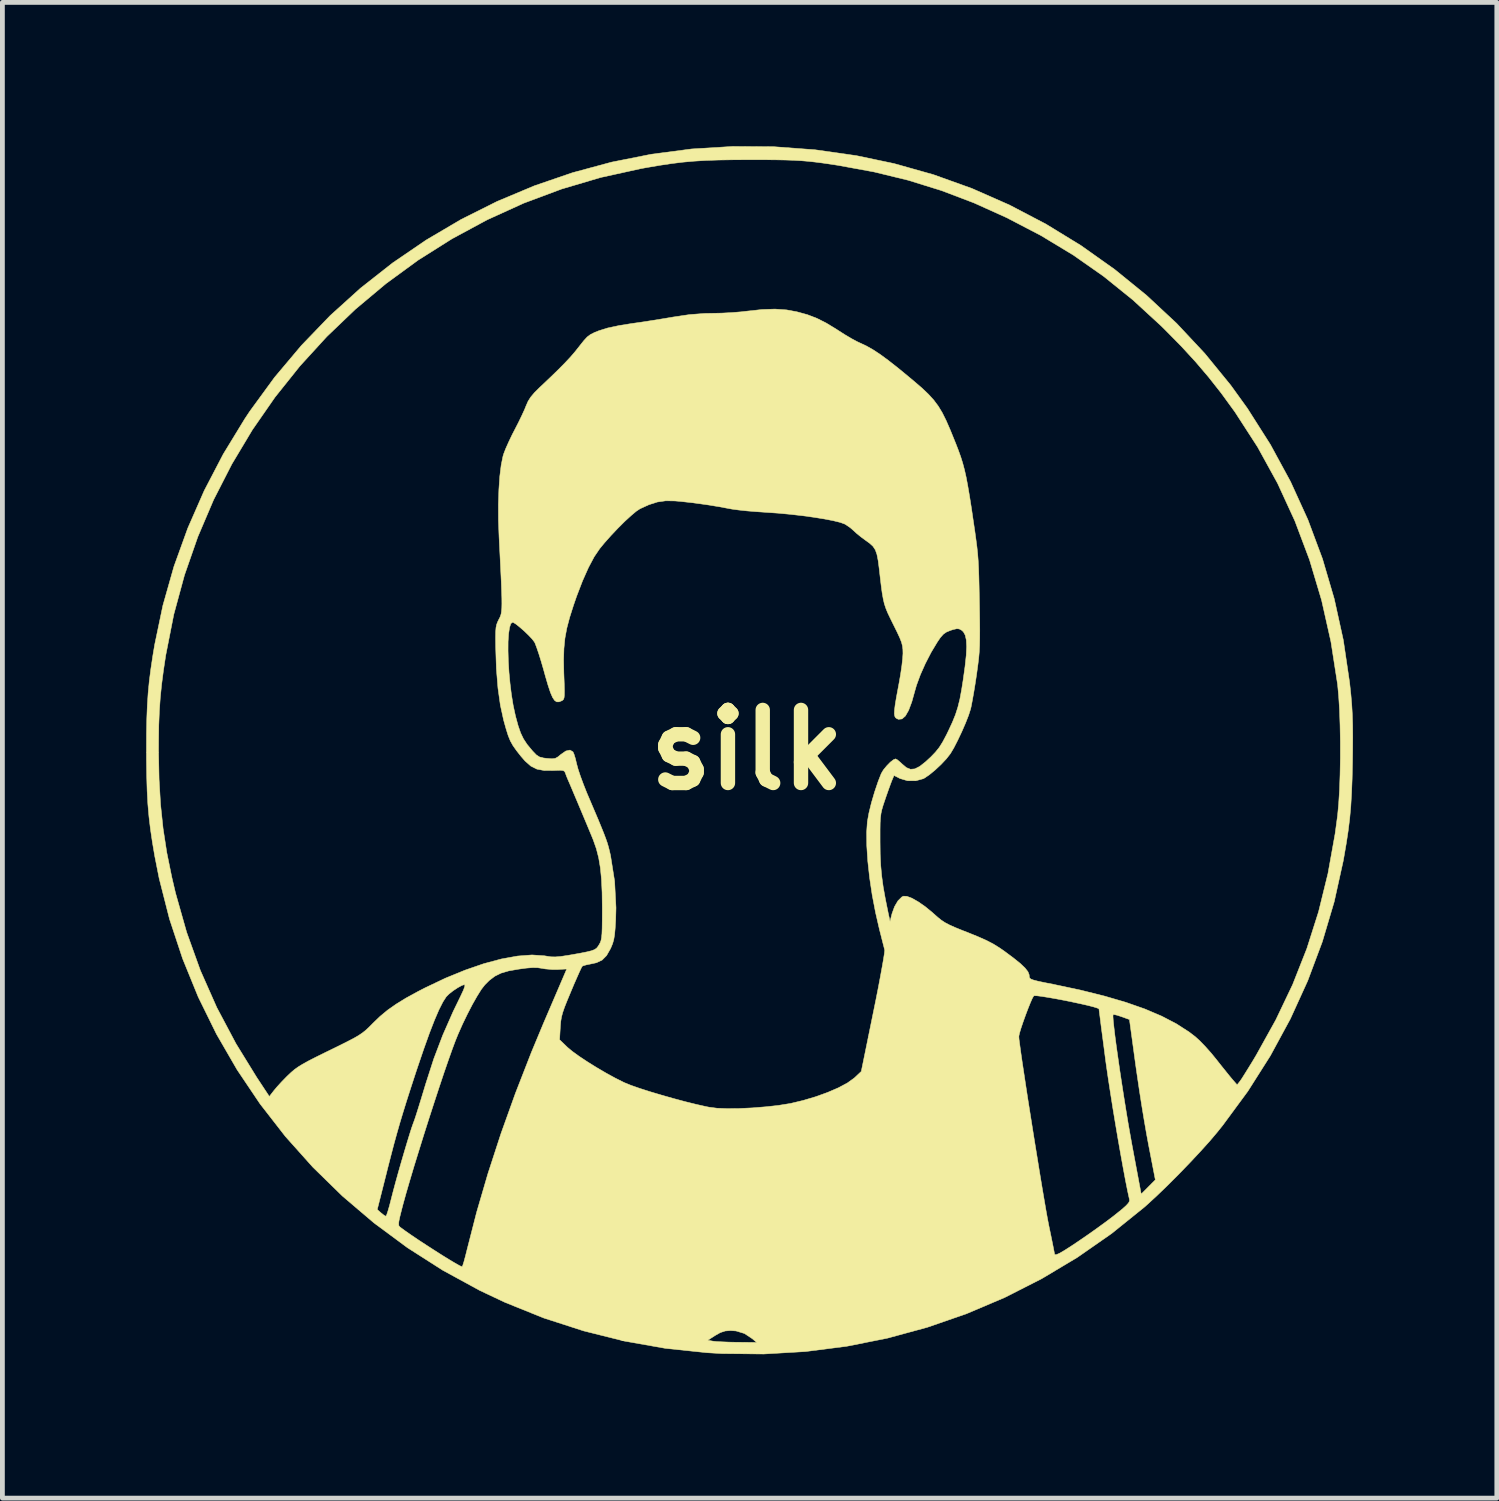
<source format=kicad_pcb>
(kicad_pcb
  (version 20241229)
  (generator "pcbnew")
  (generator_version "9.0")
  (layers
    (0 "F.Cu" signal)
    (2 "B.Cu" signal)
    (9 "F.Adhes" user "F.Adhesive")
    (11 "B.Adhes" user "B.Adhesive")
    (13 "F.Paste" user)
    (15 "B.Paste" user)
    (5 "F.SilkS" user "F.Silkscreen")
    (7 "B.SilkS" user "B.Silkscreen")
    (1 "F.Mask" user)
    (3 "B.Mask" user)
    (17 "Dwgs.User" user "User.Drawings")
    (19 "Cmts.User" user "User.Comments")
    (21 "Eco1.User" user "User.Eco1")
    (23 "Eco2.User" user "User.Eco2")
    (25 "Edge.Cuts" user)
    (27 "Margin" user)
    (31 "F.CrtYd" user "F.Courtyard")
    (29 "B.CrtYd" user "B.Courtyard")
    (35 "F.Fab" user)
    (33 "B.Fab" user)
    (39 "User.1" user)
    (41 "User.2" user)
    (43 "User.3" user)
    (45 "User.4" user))
  (footprint "silk"
    (layer "F.Cu")
    (at 12.533 12.593)
    (property "Reference" "silk" (at 0 0 0) (layer "F.SilkS") (effects (font (size 1.524 1.524) (thickness 0.3))))
    (attr through_hole)
    (fp_poly (pts (xy 0.555 -12.583) (xy 1.418 -12.519) (xy 2.282 -12.396) (xy 3.067 -12.231) (xy 3.887 -12) (xy 4.69 -11.712) (xy 5.473 -11.367) (xy 6.232 -10.97) (xy 6.964 -10.522) (xy 7.665 -10.025) (xy 8.332 -9.483) (xy 8.96 -8.898) (xy 9.547 -8.271) (xy 10.089 -7.607) (xy 10.437 -7.124) (xy 10.916 -6.37) (xy 11.336 -5.597) (xy 11.698 -4.803) (xy 12.002 -3.988) (xy 12.248 -3.151) (xy 12.437 -2.292) (xy 12.568 -1.408) (xy 12.596 -1.146) (xy 12.613 -0.944) (xy 12.625 -0.738) (xy 12.632 -0.516) (xy 12.634 -0.266) (xy 12.632 0.025) (xy 12.629 0.248) (xy 12.621 0.6) (xy 12.609 0.904) (xy 12.593 1.177) (xy 12.57 1.431) (xy 12.539 1.683) (xy 12.499 1.947) (xy 12.449 2.238) (xy 12.435 2.316) (xy 12.247 3.166) (xy 11.999 4.001) (xy 11.694 4.816) (xy 11.332 5.61) (xy 10.915 6.379) (xy 10.445 7.12) (xy 9.922 7.83) (xy 9.805 7.976) (xy 9.645 8.165) (xy 9.449 8.382) (xy 9.229 8.617) (xy 8.998 8.856) (xy 8.766 9.088) (xy 8.544 9.302) (xy 8.345 9.485) (xy 8.285 9.538) (xy 7.604 10.087) (xy 6.889 10.585) (xy 6.144 11.03) (xy 5.373 11.422) (xy 4.577 11.76) (xy 3.76 12.043) (xy 2.926 12.27) (xy 2.077 12.439) (xy 1.216 12.549) (xy 0.347 12.6) (xy -0.527 12.591) (xy -0.836 12.573) (xy -1.703 12.482) (xy -2.562 12.33) (xy -2.629 12.313) (xy -0.82 12.313) (xy -0.712 12.332) (xy -0.64 12.34) (xy -0.522 12.346) (xy -0.374 12.352) (xy -0.212 12.355) (xy -0.201 12.355) (xy 0.201 12.359) (xy 0.108 12.28) (xy -0.055 12.172) (xy -0.231 12.119) (xy -0.345 12.111) (xy -0.46 12.12) (xy -0.56 12.154) (xy -0.663 12.212) (xy -0.82 12.313) (xy -2.629 12.313) (xy -3.409 12.118) (xy -4.239 11.85) (xy -5.047 11.524) (xy -5.575 11.275) (xy -6.348 10.853) (xy -7.085 10.382) (xy -7.752 9.888) (xy -7.269 9.888) (xy -7.263 9.924) (xy -7.244 9.948) (xy -7.229 9.96) (xy -7.132 10.031) (xy -7.004 10.12) (xy -6.855 10.221) (xy -6.693 10.327) (xy -6.527 10.434) (xy -6.367 10.536) (xy -6.22 10.627) (xy -6.096 10.701) (xy -6.003 10.754) (xy -5.95 10.778) (xy -5.944 10.779) (xy -5.93 10.751) (xy -5.906 10.674) (xy -5.875 10.56) (xy -5.84 10.42) (xy -5.839 10.416) (xy -5.641 9.643) (xy -5.405 8.836) (xy -5.134 8.004) (xy -4.831 7.159) (xy -4.5 6.31) (xy -4.246 5.7) (xy -3.761 4.569) (xy -3.94 4.579) (xy -4.074 4.579) (xy -4.214 4.567) (xy -4.274 4.556) (xy -4.369 4.542) (xy -4.475 4.54) (xy -4.61 4.551) (xy -4.763 4.572) (xy -4.97 4.608) (xy -5.131 4.655) (xy -5.261 4.719) (xy -5.377 4.807) (xy -5.47 4.9) (xy -5.543 4.994) (xy -5.631 5.135) (xy -5.731 5.311) (xy -5.834 5.51) (xy -5.936 5.721) (xy -6.03 5.933) (xy -6.084 6.066) (xy -6.15 6.243) (xy -6.231 6.471) (xy -6.324 6.74) (xy -6.424 7.04) (xy -6.53 7.363) (xy -6.639 7.7) (xy -6.747 8.04) (xy -6.851 8.375) (xy -6.95 8.695) (xy -7.038 8.991) (xy -7.115 9.255) (xy -7.176 9.476) (xy -7.206 9.591) (xy -7.242 9.734) (xy -7.262 9.829) (xy -7.269 9.888) (xy -7.752 9.888) (xy -7.783 9.865) (xy -8.11 9.587) (xy -7.714 9.587) (xy -7.634 9.657) (xy -7.575 9.704) (xy -7.535 9.726) (xy -7.533 9.726) (xy -7.518 9.698) (xy -7.492 9.621) (xy -7.459 9.507) (xy -7.423 9.367) (xy -7.422 9.362) (xy -7.382 9.207) (xy -7.332 9.021) (xy -7.275 8.815) (xy -7.214 8.602) (xy -7.152 8.39) (xy -7.093 8.192) (xy -7.04 8.019) (xy -6.996 7.88) (xy -6.963 7.787) (xy -6.957 7.771) (xy -6.935 7.711) (xy -6.899 7.602) (xy -6.852 7.453) (xy -6.797 7.275) (xy -6.737 7.077) (xy -6.704 6.968) (xy -6.535 6.443) (xy -6.347 5.948) (xy -6.131 5.457) (xy -5.974 5.134) (xy -5.914 5.005) (xy -5.886 4.924) (xy -5.892 4.894) (xy -5.894 4.894) (xy -5.952 4.913) (xy -6.037 4.96) (xy -6.132 5.023) (xy -6.218 5.091) (xy -6.275 5.148) (xy -6.345 5.257) (xy -6.427 5.419) (xy -6.52 5.635) (xy -6.626 5.908) (xy -6.744 6.238) (xy -6.876 6.626) (xy -6.913 6.737) (xy -7.016 7.053) (xy -7.103 7.324) (xy -7.177 7.563) (xy -7.243 7.782) (xy -7.304 7.996) (xy -7.365 8.217) (xy -7.428 8.458) (xy -7.499 8.734) (xy -7.529 8.855) (xy -7.714 9.587) (xy -8.11 9.587) (xy -8.442 9.304) (xy -9.058 8.702) (xy -9.631 8.061) (xy -10.158 7.383) (xy -10.637 6.671) (xy -11.068 5.926) (xy -11.448 5.153) (xy -11.774 4.353) (xy -12.047 3.528) (xy -12.263 2.68) (xy -12.355 2.215) (xy -12.405 1.92) (xy -12.445 1.65) (xy -12.476 1.39) (xy -12.499 1.128) (xy -12.514 0.851) (xy -12.523 0.544) (xy -12.528 0.195) (xy -12.528 0.046) (xy -12.276 0.046) (xy -12.265 0.612) (xy -12.234 1.137) (xy -12.181 1.641) (xy -12.104 2.141) (xy -11.999 2.656) (xy -11.922 2.984) (xy -11.69 3.803) (xy -11.404 4.598) (xy -11.061 5.372) (xy -10.66 6.128) (xy -10.229 6.828) (xy -9.965 7.228) (xy -9.871 7.107) (xy -9.804 7.027) (xy -9.71 6.924) (xy -9.606 6.817) (xy -9.577 6.789) (xy -9.508 6.724) (xy -9.44 6.666) (xy -9.363 6.611) (xy -9.27 6.554) (xy -9.151 6.488) (xy -8.997 6.409) (xy -8.799 6.311) (xy -8.708 6.267) (xy -8.496 6.163) (xy -8.331 6.08) (xy -8.204 6.014) (xy -8.105 5.957) (xy -8.027 5.904) (xy -7.959 5.851) (xy -7.893 5.79) (xy -7.82 5.717) (xy -7.806 5.702) (xy -7.655 5.557) (xy -7.497 5.426) (xy -7.32 5.302) (xy -7.114 5.175) (xy -6.867 5.04) (xy -6.718 4.963) (xy -6.293 4.761) (xy -5.882 4.593) (xy -5.491 4.458) (xy -5.125 4.36) (xy -4.788 4.299) (xy -4.486 4.276) (xy -4.224 4.294) (xy -4.182 4.301) (xy -4.092 4.315) (xy -4 4.317) (xy -3.89 4.308) (xy -3.743 4.286) (xy -3.655 4.271) (xy -3.47 4.238) (xy -3.336 4.211) (xy -3.243 4.188) (xy -3.181 4.164) (xy -3.139 4.135) (xy -3.109 4.098) (xy -3.084 4.058) (xy -3.062 4.017) (xy -3.046 3.972) (xy -3.035 3.913) (xy -3.027 3.832) (xy -3.023 3.718) (xy -3.021 3.563) (xy -3.02 3.358) (xy -3.02 3.299) (xy -3.024 2.972) (xy -3.037 2.696) (xy -3.06 2.46) (xy -3.095 2.251) (xy -3.144 2.06) (xy -3.209 1.875) (xy -3.235 1.811) (xy -3.335 1.57) (xy -3.431 1.341) (xy -3.52 1.129) (xy -3.598 0.945) (xy -3.661 0.795) (xy -3.707 0.687) (xy -3.73 0.635) (xy -3.766 0.549) (xy -3.791 0.48) (xy -3.806 0.448) (xy -3.837 0.43) (xy -3.897 0.424) (xy -4.001 0.427) (xy -4.044 0.429) (xy -4.235 0.428) (xy -4.384 0.4) (xy -4.511 0.336) (xy -4.632 0.229) (xy -4.718 0.13) (xy -4.812 0.01) (xy -4.883 -0.091) (xy -4.938 -0.189) (xy -4.983 -0.3) (xy -5.027 -0.44) (xy -5.078 -0.622) (xy -5.146 -0.934) (xy -5.196 -1.29) (xy -5.229 -1.695) (xy -5.241 -2.065) (xy -4.986 -2.065) (xy -4.98 -1.849) (xy -4.966 -1.619) (xy -4.944 -1.385) (xy -4.915 -1.152) (xy -4.879 -0.931) (xy -4.835 -0.727) (xy -4.828 -0.697) (xy -4.775 -0.504) (xy -4.723 -0.354) (xy -4.664 -0.231) (xy -4.59 -0.118) (xy -4.49 0.003) (xy -4.471 0.025) (xy -4.395 0.104) (xy -4.328 0.147) (xy -4.244 0.168) (xy -4.175 0.176) (xy -4.071 0.184) (xy -4.002 0.176) (xy -3.944 0.144) (xy -3.888 0.097) (xy -3.78 0.022) (xy -3.694 0.003) (xy -3.632 0.039) (xy -3.61 0.087) (xy -3.582 0.177) (xy -3.555 0.29) (xy -3.554 0.294) (xy -3.525 0.401) (xy -3.476 0.548) (xy -3.413 0.718) (xy -3.343 0.895) (xy -3.315 0.96) (xy -3.204 1.221) (xy -3.114 1.432) (xy -3.044 1.602) (xy -2.989 1.738) (xy -2.947 1.849) (xy -2.915 1.941) (xy -2.891 2.023) (xy -2.871 2.102) (xy -2.852 2.185) (xy -2.85 2.19) (xy -2.763 2.738) (xy -2.734 3.293) (xy -2.741 3.552) (xy -2.752 3.728) (xy -2.764 3.858) (xy -2.781 3.957) (xy -2.805 4.041) (xy -2.839 4.123) (xy -2.85 4.147) (xy -2.931 4.289) (xy -3.023 4.382) (xy -3.141 4.438) (xy -3.26 4.464) (xy -3.354 4.483) (xy -3.422 4.503) (xy -3.44 4.514) (xy -3.459 4.549) (xy -3.498 4.632) (xy -3.551 4.752) (xy -3.616 4.9) (xy -3.672 5.034) (xy -3.75 5.221) (xy -3.807 5.364) (xy -3.846 5.477) (xy -3.871 5.571) (xy -3.886 5.66) (xy -3.894 5.757) (xy -3.896 5.787) (xy -3.911 6.044) (xy -3.744 6.205) (xy -3.644 6.288) (xy -3.502 6.391) (xy -3.328 6.506) (xy -3.137 6.625) (xy -2.939 6.741) (xy -2.749 6.845) (xy -2.577 6.931) (xy -2.554 6.942) (xy -2.423 6.995) (xy -2.243 7.058) (xy -2.028 7.127) (xy -1.79 7.198) (xy -1.54 7.269) (xy -1.291 7.336) (xy -1.056 7.394) (xy -0.847 7.441) (xy -0.79 7.452) (xy -0.628 7.473) (xy -0.417 7.481) (xy -0.167 7.479) (xy 0.111 7.466) (xy 0.405 7.442) (xy 0.65 7.415) (xy 0.905 7.374) (xy 1.169 7.311) (xy 1.432 7.233) (xy 1.681 7.143) (xy 1.906 7.046) (xy 2.093 6.946) (xy 2.232 6.846) (xy 2.245 6.835) (xy 2.382 6.706) (xy 2.531 5.977) (xy 5.669 5.977) (xy 5.673 6.035) (xy 5.688 6.148) (xy 5.71 6.309) (xy 5.739 6.51) (xy 5.775 6.747) (xy 5.815 7.012) (xy 5.859 7.298) (xy 5.907 7.6) (xy 5.956 7.91) (xy 6.006 8.222) (xy 6.056 8.529) (xy 6.104 8.825) (xy 6.15 9.103) (xy 6.193 9.356) (xy 6.231 9.579) (xy 6.264 9.764) (xy 6.291 9.904) (xy 6.302 9.958) (xy 6.338 10.131) (xy 6.369 10.283) (xy 6.393 10.403) (xy 6.408 10.482) (xy 6.412 10.508) (xy 6.422 10.528) (xy 6.457 10.525) (xy 6.521 10.497) (xy 6.619 10.44) (xy 6.757 10.352) (xy 6.939 10.23) (xy 6.946 10.225) (xy 7.122 10.104) (xy 7.308 9.972) (xy 7.485 9.843) (xy 7.636 9.729) (xy 7.695 9.682) (xy 7.823 9.579) (xy 7.907 9.504) (xy 7.956 9.45) (xy 7.977 9.409) (xy 7.976 9.377) (xy 7.939 9.208) (xy 7.895 8.988) (xy 7.846 8.726) (xy 7.793 8.433) (xy 7.738 8.119) (xy 7.683 7.794) (xy 7.629 7.468) (xy 7.579 7.15) (xy 7.533 6.852) (xy 7.494 6.582) (xy 7.479 6.475) (xy 7.447 6.227) (xy 7.417 5.999) (xy 7.39 5.797) (xy 7.369 5.629) (xy 7.36 5.557) (xy 7.632 5.557) (xy 7.638 5.648) (xy 7.653 5.787) (xy 7.674 5.966) (xy 7.702 6.178) (xy 7.736 6.417) (xy 7.773 6.676) (xy 7.814 6.946) (xy 7.857 7.223) (xy 7.901 7.498) (xy 7.945 7.765) (xy 7.989 8.016) (xy 8.028 8.233) (xy 8.221 9.264) (xy 8.368 9.116) (xy 8.516 8.967) (xy 8.375 8.24) (xy 8.332 8.007) (xy 8.284 7.73) (xy 8.234 7.427) (xy 8.185 7.114) (xy 8.14 6.81) (xy 8.105 6.567) (xy 7.976 5.623) (xy 7.812 5.564) (xy 7.721 5.534) (xy 7.656 5.519) (xy 7.635 5.519) (xy 7.632 5.557) (xy 7.36 5.557) (xy 7.353 5.503) (xy 7.343 5.425) (xy 7.341 5.403) (xy 7.312 5.386) (xy 7.233 5.361) (xy 7.114 5.33) (xy 6.965 5.296) (xy 6.797 5.26) (xy 6.622 5.224) (xy 6.448 5.191) (xy 6.287 5.163) (xy 6.15 5.141) (xy 6.047 5.128) (xy 5.988 5.127) (xy 5.98 5.13) (xy 5.952 5.177) (xy 5.911 5.269) (xy 5.862 5.391) (xy 5.809 5.531) (xy 5.758 5.673) (xy 5.714 5.803) (xy 5.683 5.907) (xy 5.669 5.972) (xy 5.669 5.977) (xy 2.531 5.977) (xy 2.634 5.472) (xy 2.689 5.202) (xy 2.739 4.949) (xy 2.782 4.72) (xy 2.818 4.522) (xy 2.846 4.362) (xy 2.864 4.246) (xy 2.871 4.181) (xy 2.87 4.171) (xy 2.856 4.115) (xy 2.83 4.014) (xy 2.797 3.883) (xy 2.762 3.748) (xy 2.68 3.391) (xy 2.61 3.026) (xy 2.556 2.665) (xy 2.518 2.319) (xy 2.497 1.999) (xy 2.494 1.716) (xy 2.509 1.497) (xy 2.541 1.319) (xy 2.593 1.105) (xy 2.66 0.877) (xy 2.735 0.655) (xy 2.799 0.492) (xy 2.844 0.416) (xy 2.913 0.332) (xy 2.988 0.255) (xy 3.057 0.202) (xy 3.098 0.186) (xy 3.135 0.206) (xy 3.197 0.258) (xy 3.235 0.294) (xy 3.324 0.369) (xy 3.409 0.403) (xy 3.499 0.395) (xy 3.602 0.343) (xy 3.726 0.245) (xy 3.835 0.144) (xy 3.93 0.045) (xy 4.009 -0.053) (xy 4.081 -0.168) (xy 4.159 -0.315) (xy 4.2 -0.399) (xy 4.283 -0.578) (xy 4.347 -0.736) (xy 4.397 -0.892) (xy 4.439 -1.061) (xy 4.476 -1.262) (xy 4.506 -1.452) (xy 4.546 -1.738) (xy 4.571 -1.97) (xy 4.58 -2.153) (xy 4.573 -2.293) (xy 4.55 -2.395) (xy 4.512 -2.464) (xy 4.476 -2.497) (xy 4.425 -2.524) (xy 4.376 -2.529) (xy 4.304 -2.513) (xy 4.247 -2.495) (xy 4.16 -2.46) (xy 4.095 -2.415) (xy 4.032 -2.344) (xy 3.968 -2.25) (xy 3.84 -2.037) (xy 3.719 -1.803) (xy 3.614 -1.567) (xy 3.534 -1.35) (xy 3.502 -1.239) (xy 3.436 -1.003) (xy 3.37 -0.827) (xy 3.302 -0.708) (xy 3.232 -0.647) (xy 3.158 -0.639) (xy 3.125 -0.653) (xy 3.097 -0.673) (xy 3.08 -0.705) (xy 3.072 -0.756) (xy 3.076 -0.835) (xy 3.09 -0.948) (xy 3.116 -1.103) (xy 3.154 -1.308) (xy 3.173 -1.409) (xy 3.203 -1.582) (xy 3.228 -1.753) (xy 3.245 -1.904) (xy 3.252 -2.013) (xy 3.25 -2.097) (xy 3.241 -2.17) (xy 3.222 -2.245) (xy 3.186 -2.337) (xy 3.131 -2.456) (xy 3.051 -2.617) (xy 2.985 -2.751) (xy 2.933 -2.86) (xy 2.894 -2.956) (xy 2.863 -3.05) (xy 2.839 -3.155) (xy 2.817 -3.28) (xy 2.796 -3.438) (xy 2.772 -3.641) (xy 2.758 -3.766) (xy 2.735 -3.946) (xy 2.709 -4.078) (xy 2.675 -4.174) (xy 2.626 -4.248) (xy 2.556 -4.312) (xy 2.482 -4.365) (xy 2.379 -4.441) (xy 2.285 -4.517) (xy 2.23 -4.568) (xy 2.15 -4.638) (xy 2.052 -4.704) (xy 2.033 -4.714) (xy 1.941 -4.747) (xy 1.798 -4.782) (xy 1.613 -4.818) (xy 1.395 -4.853) (xy 1.155 -4.886) (xy 0.901 -4.915) (xy 0.645 -4.939) (xy 0.396 -4.956) (xy 0.387 -4.957) (xy 0.192 -4.97) (xy -0.002 -4.986) (xy -0.177 -5.005) (xy -0.316 -5.024) (xy -0.372 -5.034) (xy -0.602 -5.077) (xy -0.866 -5.119) (xy -1.137 -5.156) (xy -1.388 -5.184) (xy -1.505 -5.194) (xy -1.696 -5.197) (xy -1.871 -5.172) (xy -2.049 -5.115) (xy -2.233 -5.031) (xy -2.313 -4.978) (xy -2.422 -4.886) (xy -2.553 -4.766) (xy -2.694 -4.625) (xy -2.838 -4.473) (xy -2.974 -4.32) (xy -3.073 -4.2) (xy -3.189 -4.029) (xy -3.309 -3.803) (xy -3.432 -3.527) (xy -3.555 -3.207) (xy -3.62 -3.019) (xy -3.701 -2.764) (xy -3.76 -2.54) (xy -3.799 -2.33) (xy -3.82 -2.116) (xy -3.827 -1.88) (xy -3.822 -1.604) (xy -3.82 -1.552) (xy -3.813 -1.367) (xy -3.81 -1.235) (xy -3.811 -1.145) (xy -3.817 -1.089) (xy -3.829 -1.055) (xy -3.848 -1.036) (xy -3.865 -1.026) (xy -3.922 -1.003) (xy -3.97 -1.003) (xy -4.014 -1.032) (xy -4.057 -1.096) (xy -4.102 -1.2) (xy -4.152 -1.351) (xy -4.211 -1.553) (xy -4.244 -1.673) (xy -4.294 -1.845) (xy -4.343 -2.003) (xy -4.388 -2.135) (xy -4.423 -2.227) (xy -4.438 -2.255) (xy -4.484 -2.315) (xy -4.558 -2.393) (xy -4.647 -2.479) (xy -4.739 -2.559) (xy -4.82 -2.624) (xy -4.877 -2.66) (xy -4.891 -2.664) (xy -4.928 -2.635) (xy -4.955 -2.552) (xy -4.974 -2.424) (xy -4.985 -2.259) (xy -4.986 -2.065) (xy -5.241 -2.065) (xy -5.244 -2.154) (xy -5.244 -2.168) (xy -5.246 -2.34) (xy -5.244 -2.464) (xy -5.237 -2.552) (xy -5.223 -2.619) (xy -5.2 -2.677) (xy -5.176 -2.726) (xy -5.157 -2.762) (xy -5.142 -2.798) (xy -5.13 -2.839) (xy -5.122 -2.891) (xy -5.116 -2.959) (xy -5.114 -3.05) (xy -5.115 -3.167) (xy -5.12 -3.318) (xy -5.127 -3.507) (xy -5.138 -3.741) (xy -5.152 -4.024) (xy -5.169 -4.362) (xy -5.173 -4.444) (xy -5.186 -4.79) (xy -5.187 -5.122) (xy -5.177 -5.43) (xy -5.158 -5.707) (xy -5.129 -5.942) (xy -5.091 -6.128) (xy -5.075 -6.18) (xy -5.034 -6.286) (xy -4.972 -6.425) (xy -4.899 -6.578) (xy -4.845 -6.682) (xy -4.769 -6.83) (xy -4.697 -6.979) (xy -4.638 -7.108) (xy -4.61 -7.178) (xy -4.568 -7.273) (xy -4.513 -7.36) (xy -4.434 -7.454) (xy -4.319 -7.568) (xy -4.296 -7.589) (xy -4.095 -7.78) (xy -3.931 -7.939) (xy -3.799 -8.073) (xy -3.689 -8.19) (xy -3.595 -8.299) (xy -3.508 -8.408) (xy -3.494 -8.426) (xy -3.405 -8.538) (xy -3.335 -8.614) (xy -3.266 -8.666) (xy -3.18 -8.709) (xy -3.092 -8.744) (xy -2.91 -8.801) (xy -2.672 -8.852) (xy -2.417 -8.893) (xy -2.205 -8.923) (xy -1.967 -8.96) (xy -1.731 -8.998) (xy -1.538 -9.031) (xy -1.2 -9.081) (xy -0.884 -9.105) (xy -0.717 -9.108) (xy -0.526 -9.112) (xy -0.317 -9.123) (xy -0.12 -9.139) (xy 0 -9.153) (xy 0.313 -9.187) (xy 0.583 -9.196) (xy 0.825 -9.179) (xy 1.041 -9.139) (xy 1.259 -9.079) (xy 1.454 -9.004) (xy 1.649 -8.906) (xy 1.863 -8.776) (xy 1.91 -8.745) (xy 2.045 -8.659) (xy 2.184 -8.577) (xy 2.304 -8.513) (xy 2.354 -8.49) (xy 2.489 -8.427) (xy 2.625 -8.35) (xy 2.773 -8.253) (xy 2.942 -8.129) (xy 3.141 -7.973) (xy 3.262 -7.874) (xy 3.474 -7.698) (xy 3.645 -7.551) (xy 3.782 -7.421) (xy 3.894 -7.298) (xy 3.988 -7.172) (xy 4.072 -7.033) (xy 4.153 -6.87) (xy 4.239 -6.673) (xy 4.337 -6.431) (xy 4.353 -6.392) (xy 4.409 -6.247) (xy 4.457 -6.113) (xy 4.498 -5.982) (xy 4.535 -5.843) (xy 4.57 -5.688) (xy 4.604 -5.507) (xy 4.641 -5.29) (xy 4.682 -5.029) (xy 4.72 -4.77) (xy 4.751 -4.562) (xy 4.775 -4.387) (xy 4.795 -4.233) (xy 4.81 -4.09) (xy 4.821 -3.947) (xy 4.829 -3.793) (xy 4.835 -3.616) (xy 4.84 -3.405) (xy 4.845 -3.15) (xy 4.848 -2.989) (xy 4.852 -2.721) (xy 4.854 -2.504) (xy 4.853 -2.327) (xy 4.85 -2.177) (xy 4.843 -2.045) (xy 4.832 -1.918) (xy 4.816 -1.786) (xy 4.796 -1.638) (xy 4.786 -1.564) (xy 4.757 -1.374) (xy 4.727 -1.191) (xy 4.698 -1.029) (xy 4.674 -0.904) (xy 4.662 -0.852) (xy 4.621 -0.724) (xy 4.557 -0.561) (xy 4.479 -0.381) (xy 4.394 -0.202) (xy 4.312 -0.042) (xy 4.24 0.079) (xy 4.239 0.08) (xy 4.157 0.185) (xy 4.046 0.303) (xy 3.921 0.42) (xy 3.799 0.52) (xy 3.696 0.589) (xy 3.678 0.599) (xy 3.519 0.643) (xy 3.347 0.642) (xy 3.188 0.595) (xy 3.181 0.591) (xy 3.065 0.532) (xy 3.02 0.639) (xy 2.991 0.715) (xy 2.949 0.831) (xy 2.901 0.967) (xy 2.874 1.047) (xy 2.838 1.154) (xy 2.812 1.242) (xy 2.794 1.324) (xy 2.783 1.412) (xy 2.776 1.519) (xy 2.774 1.658) (xy 2.774 1.842) (xy 2.774 1.92) (xy 2.777 2.178) (xy 2.788 2.409) (xy 2.808 2.628) (xy 2.839 2.855) (xy 2.884 3.105) (xy 2.943 3.397) (xy 2.948 3.419) (xy 2.982 3.578) (xy 3.024 3.412) (xy 3.077 3.266) (xy 3.148 3.146) (xy 3.228 3.067) (xy 3.262 3.05) (xy 3.334 3.053) (xy 3.44 3.093) (xy 3.57 3.167) (xy 3.714 3.267) (xy 3.861 3.387) (xy 3.885 3.409) (xy 3.974 3.488) (xy 4.051 3.55) (xy 4.13 3.602) (xy 4.223 3.651) (xy 4.342 3.704) (xy 4.5 3.768) (xy 4.601 3.807) (xy 4.817 3.895) (xy 4.989 3.971) (xy 5.132 4.045) (xy 5.261 4.125) (xy 5.356 4.19) (xy 5.551 4.335) (xy 5.697 4.452) (xy 5.798 4.548) (xy 5.859 4.626) (xy 5.884 4.69) (xy 5.885 4.706) (xy 5.887 4.737) (xy 5.898 4.761) (xy 5.926 4.782) (xy 5.98 4.801) (xy 6.069 4.824) (xy 6.201 4.852) (xy 6.386 4.888) (xy 6.39 4.889) (xy 6.95 5.008) (xy 7.452 5.133) (xy 7.9 5.264) (xy 8.297 5.403) (xy 8.647 5.552) (xy 8.953 5.711) (xy 9.22 5.883) (xy 9.347 5.98) (xy 9.441 6.065) (xy 9.557 6.185) (xy 9.679 6.322) (xy 9.783 6.449) (xy 9.887 6.581) (xy 9.986 6.704) (xy 10.069 6.807) (xy 10.126 6.875) (xy 10.127 6.877) (xy 10.222 6.985) (xy 10.283 6.908) (xy 10.319 6.856) (xy 10.379 6.761) (xy 10.458 6.634) (xy 10.549 6.486) (xy 10.621 6.365) (xy 11.028 5.632) (xy 11.38 4.894) (xy 11.676 4.144) (xy 11.921 3.374) (xy 12.117 2.577) (xy 12.266 1.747) (xy 12.318 1.363) (xy 12.34 1.124) (xy 12.358 0.837) (xy 12.369 0.516) (xy 12.375 0.175) (xy 12.375 -0.174) (xy 12.369 -0.516) (xy 12.358 -0.837) (xy 12.34 -1.124) (xy 12.318 -1.363) (xy 12.318 -1.363) (xy 12.179 -2.256) (xy 11.984 -3.123) (xy 11.733 -3.963) (xy 11.427 -4.776) (xy 11.066 -5.561) (xy 10.649 -6.319) (xy 10.177 -7.049) (xy 9.891 -7.442) (xy 9.627 -7.777) (xy 9.353 -8.099) (xy 9.055 -8.423) (xy 8.721 -8.762) (xy 8.638 -8.844) (xy 8.046 -9.388) (xy 7.437 -9.879) (xy 6.802 -10.324) (xy 6.13 -10.73) (xy 5.412 -11.104) (xy 4.734 -11.41) (xy 4.055 -11.668) (xy 3.363 -11.883) (xy 2.648 -12.057) (xy 1.895 -12.195) (xy 1.58 -12.242) (xy 1.424 -12.262) (xy 1.279 -12.278) (xy 1.135 -12.29) (xy 0.982 -12.299) (xy 0.809 -12.305) (xy 0.606 -12.309) (xy 0.361 -12.311) (xy 0.065 -12.311) (xy 0.062 -12.311) (xy -0.292 -12.31) (xy -0.598 -12.305) (xy -0.866 -12.296) (xy -1.11 -12.281) (xy -1.343 -12.26) (xy -1.577 -12.231) (xy -1.825 -12.194) (xy -2.099 -12.147) (xy -2.219 -12.125) (xy -3.055 -11.941) (xy -3.869 -11.7) (xy -4.659 -11.405) (xy -5.422 -11.058) (xy -6.157 -10.661) (xy -6.861 -10.217) (xy -7.532 -9.727) (xy -8.168 -9.194) (xy -8.767 -8.621) (xy -9.327 -8.008) (xy -9.845 -7.36) (xy -10.319 -6.677) (xy -10.747 -5.962) (xy -11.128 -5.217) (xy -11.457 -4.445) (xy -11.735 -3.647) (xy -11.958 -2.827) (xy -12.124 -1.985) (xy -12.125 -1.982) (xy -12.174 -1.657) (xy -12.212 -1.365) (xy -12.24 -1.089) (xy -12.259 -0.812) (xy -12.271 -0.517) (xy -12.275 -0.189) (xy -12.276 0.046) (xy -12.528 0.046) (xy -12.528 0.015) (xy -12.527 -0.343) (xy -12.521 -0.654) (xy -12.51 -0.931) (xy -12.493 -1.187) (xy -12.469 -1.437) (xy -12.436 -1.694) (xy -12.394 -1.973) (xy -12.356 -2.199) (xy -12.185 -3.015) (xy -11.955 -3.826) (xy -11.666 -4.626) (xy -11.323 -5.409) (xy -10.926 -6.171) (xy -10.478 -6.905) (xy -10.374 -7.062) (xy -9.855 -7.773) (xy -9.295 -8.438) (xy -8.697 -9.059) (xy -8.062 -9.633) (xy -7.393 -10.159) (xy -6.694 -10.636) (xy -5.966 -11.065) (xy -5.213 -11.442) (xy -4.436 -11.768) (xy -3.64 -12.041) (xy -2.826 -12.261) (xy -1.996 -12.426) (xy -1.155 -12.536) (xy -0.304 -12.588) (xy 0.555 -12.583)) (stroke (width 0.01) (type solid)) (fill yes) (layer "F.SilkS")))
  (gr_rect
    (start -3 -3)
    (end 28.172 28.199)
    (stroke (width 0.1) (type default))
    (fill no)
    (layer "Edge.Cuts")))
</source>
